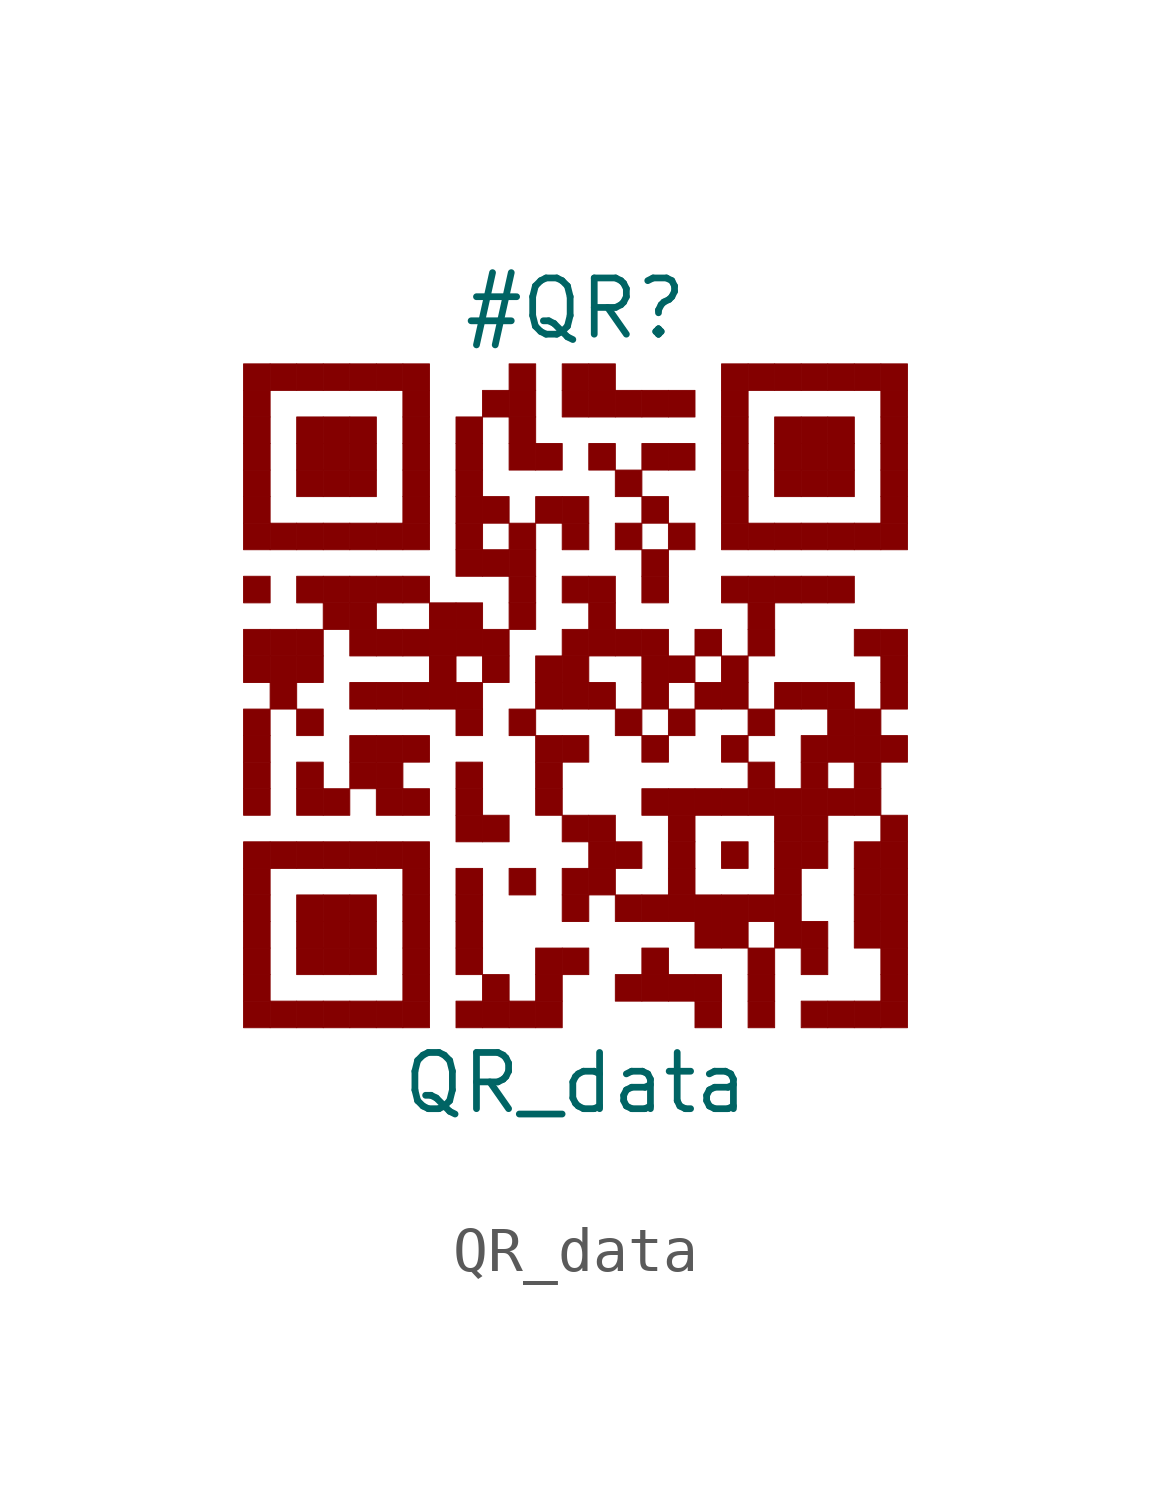
<source format=kicad_sym>
(kicad_symbol_lib
  (version 20211014)
  (generator kibot)
  (symbol "QR_data"
    (pin_numbers hide)
    (pin_names hide)
    (property "Reference" "#QR"
      (at 0 8.75 0)
      (effects (font (size 1.27 1.27))))
    (property "Value" "QR_data"
      (at 0 -8.75 0)
      (effects (font (size 1.27 1.27))))
    (rectangle
      (start -7.5 7.5)
      (end -6.9 6.9)
      (stroke (width 0.001) (type default))
      (fill (type outline)))
    (rectangle
      (start -6.9 7.5)
      (end -6.3 6.9)
      (stroke (width 0.001) (type default))
      (fill (type outline)))
    (rectangle
      (start -6.3 7.5)
      (end -5.7 6.9)
      (stroke (width 0.001) (type default))
      (fill (type outline)))
    (rectangle
      (start -5.7 7.5)
      (end -5.1 6.9)
      (stroke (width 0.001) (type default))
      (fill (type outline)))
    (rectangle
      (start -5.1 7.5)
      (end -4.5 6.9)
      (stroke (width 0.001) (type default))
      (fill (type outline)))
    (rectangle
      (start -4.5 7.5)
      (end -3.9 6.9)
      (stroke (width 0.001) (type default))
      (fill (type outline)))
    (rectangle
      (start -3.9 7.5)
      (end -3.3 6.9)
      (stroke (width 0.001) (type default))
      (fill (type outline)))
    (rectangle
      (start -1.5 7.5)
      (end -0.9 6.9)
      (stroke (width 0.001) (type default))
      (fill (type outline)))
    (rectangle
      (start -0.3 7.5)
      (end 0.3 6.9)
      (stroke (width 0.001) (type default))
      (fill (type outline)))
    (rectangle
      (start 0.3 7.5)
      (end 0.9 6.9)
      (stroke (width 0.001) (type default))
      (fill (type outline)))
    (rectangle
      (start 3.3 7.5)
      (end 3.9 6.9)
      (stroke (width 0.001) (type default))
      (fill (type outline)))
    (rectangle
      (start 3.9 7.5)
      (end 4.5 6.9)
      (stroke (width 0.001) (type default))
      (fill (type outline)))
    (rectangle
      (start 4.5 7.5)
      (end 5.1 6.9)
      (stroke (width 0.001) (type default))
      (fill (type outline)))
    (rectangle
      (start 5.1 7.5)
      (end 5.7 6.9)
      (stroke (width 0.001) (type default))
      (fill (type outline)))
    (rectangle
      (start 5.7 7.5)
      (end 6.3 6.9)
      (stroke (width 0.001) (type default))
      (fill (type outline)))
    (rectangle
      (start 6.3 7.5)
      (end 6.9 6.9)
      (stroke (width 0.001) (type default))
      (fill (type outline)))
    (rectangle
      (start 6.9 7.5)
      (end 7.5 6.9)
      (stroke (width 0.001) (type default))
      (fill (type outline)))
    (rectangle
      (start -7.5 6.9)
      (end -6.9 6.3)
      (stroke (width 0.001) (type default))
      (fill (type outline)))
    (rectangle
      (start -3.9 6.9)
      (end -3.3 6.3)
      (stroke (width 0.001) (type default))
      (fill (type outline)))
    (rectangle
      (start -2.1 6.9)
      (end -1.5 6.3)
      (stroke (width 0.001) (type default))
      (fill (type outline)))
    (rectangle
      (start -1.5 6.9)
      (end -0.9 6.3)
      (stroke (width 0.001) (type default))
      (fill (type outline)))
    (rectangle
      (start -0.3 6.9)
      (end 0.3 6.3)
      (stroke (width 0.001) (type default))
      (fill (type outline)))
    (rectangle
      (start 0.3 6.9)
      (end 0.9 6.3)
      (stroke (width 0.001) (type default))
      (fill (type outline)))
    (rectangle
      (start 0.9 6.9)
      (end 1.5 6.3)
      (stroke (width 0.001) (type default))
      (fill (type outline)))
    (rectangle
      (start 1.5 6.9)
      (end 2.1 6.3)
      (stroke (width 0.001) (type default))
      (fill (type outline)))
    (rectangle
      (start 2.1 6.9)
      (end 2.7 6.3)
      (stroke (width 0.001) (type default))
      (fill (type outline)))
    (rectangle
      (start 3.3 6.9)
      (end 3.9 6.3)
      (stroke (width 0.001) (type default))
      (fill (type outline)))
    (rectangle
      (start 6.9 6.9)
      (end 7.5 6.3)
      (stroke (width 0.001) (type default))
      (fill (type outline)))
    (rectangle
      (start -7.5 6.3)
      (end -6.9 5.7)
      (stroke (width 0.001) (type default))
      (fill (type outline)))
    (rectangle
      (start -6.3 6.3)
      (end -5.7 5.7)
      (stroke (width 0.001) (type default))
      (fill (type outline)))
    (rectangle
      (start -5.7 6.3)
      (end -5.1 5.7)
      (stroke (width 0.001) (type default))
      (fill (type outline)))
    (rectangle
      (start -5.1 6.3)
      (end -4.5 5.7)
      (stroke (width 0.001) (type default))
      (fill (type outline)))
    (rectangle
      (start -3.9 6.3)
      (end -3.3 5.7)
      (stroke (width 0.001) (type default))
      (fill (type outline)))
    (rectangle
      (start -2.7 6.3)
      (end -2.1 5.7)
      (stroke (width 0.001) (type default))
      (fill (type outline)))
    (rectangle
      (start -1.5 6.3)
      (end -0.9 5.7)
      (stroke (width 0.001) (type default))
      (fill (type outline)))
    (rectangle
      (start 3.3 6.3)
      (end 3.9 5.7)
      (stroke (width 0.001) (type default))
      (fill (type outline)))
    (rectangle
      (start 4.5 6.3)
      (end 5.1 5.7)
      (stroke (width 0.001) (type default))
      (fill (type outline)))
    (rectangle
      (start 5.1 6.3)
      (end 5.7 5.7)
      (stroke (width 0.001) (type default))
      (fill (type outline)))
    (rectangle
      (start 5.7 6.3)
      (end 6.3 5.7)
      (stroke (width 0.001) (type default))
      (fill (type outline)))
    (rectangle
      (start 6.9 6.3)
      (end 7.5 5.7)
      (stroke (width 0.001) (type default))
      (fill (type outline)))
    (rectangle
      (start -7.5 5.7)
      (end -6.9 5.1)
      (stroke (width 0.001) (type default))
      (fill (type outline)))
    (rectangle
      (start -6.3 5.7)
      (end -5.7 5.1)
      (stroke (width 0.001) (type default))
      (fill (type outline)))
    (rectangle
      (start -5.7 5.7)
      (end -5.1 5.1)
      (stroke (width 0.001) (type default))
      (fill (type outline)))
    (rectangle
      (start -5.1 5.7)
      (end -4.5 5.1)
      (stroke (width 0.001) (type default))
      (fill (type outline)))
    (rectangle
      (start -3.9 5.7)
      (end -3.3 5.1)
      (stroke (width 0.001) (type default))
      (fill (type outline)))
    (rectangle
      (start -2.7 5.7)
      (end -2.1 5.1)
      (stroke (width 0.001) (type default))
      (fill (type outline)))
    (rectangle
      (start -1.5 5.7)
      (end -0.9 5.1)
      (stroke (width 0.001) (type default))
      (fill (type outline)))
    (rectangle
      (start -0.9 5.7)
      (end -0.3 5.1)
      (stroke (width 0.001) (type default))
      (fill (type outline)))
    (rectangle
      (start 0.3 5.7)
      (end 0.9 5.1)
      (stroke (width 0.001) (type default))
      (fill (type outline)))
    (rectangle
      (start 1.5 5.7)
      (end 2.1 5.1)
      (stroke (width 0.001) (type default))
      (fill (type outline)))
    (rectangle
      (start 2.1 5.7)
      (end 2.7 5.1)
      (stroke (width 0.001) (type default))
      (fill (type outline)))
    (rectangle
      (start 3.3 5.7)
      (end 3.9 5.1)
      (stroke (width 0.001) (type default))
      (fill (type outline)))
    (rectangle
      (start 4.5 5.7)
      (end 5.1 5.1)
      (stroke (width 0.001) (type default))
      (fill (type outline)))
    (rectangle
      (start 5.1 5.7)
      (end 5.7 5.1)
      (stroke (width 0.001) (type default))
      (fill (type outline)))
    (rectangle
      (start 5.7 5.7)
      (end 6.3 5.1)
      (stroke (width 0.001) (type default))
      (fill (type outline)))
    (rectangle
      (start 6.9 5.7)
      (end 7.5 5.1)
      (stroke (width 0.001) (type default))
      (fill (type outline)))
    (rectangle
      (start -7.5 5.1)
      (end -6.9 4.5)
      (stroke (width 0.001) (type default))
      (fill (type outline)))
    (rectangle
      (start -6.3 5.1)
      (end -5.7 4.5)
      (stroke (width 0.001) (type default))
      (fill (type outline)))
    (rectangle
      (start -5.7 5.1)
      (end -5.1 4.5)
      (stroke (width 0.001) (type default))
      (fill (type outline)))
    (rectangle
      (start -5.1 5.1)
      (end -4.5 4.5)
      (stroke (width 0.001) (type default))
      (fill (type outline)))
    (rectangle
      (start -3.9 5.1)
      (end -3.3 4.5)
      (stroke (width 0.001) (type default))
      (fill (type outline)))
    (rectangle
      (start -2.7 5.1)
      (end -2.1 4.5)
      (stroke (width 0.001) (type default))
      (fill (type outline)))
    (rectangle
      (start 0.9 5.1)
      (end 1.5 4.5)
      (stroke (width 0.001) (type default))
      (fill (type outline)))
    (rectangle
      (start 3.3 5.1)
      (end 3.9 4.5)
      (stroke (width 0.001) (type default))
      (fill (type outline)))
    (rectangle
      (start 4.5 5.1)
      (end 5.1 4.5)
      (stroke (width 0.001) (type default))
      (fill (type outline)))
    (rectangle
      (start 5.1 5.1)
      (end 5.7 4.5)
      (stroke (width 0.001) (type default))
      (fill (type outline)))
    (rectangle
      (start 5.7 5.1)
      (end 6.3 4.5)
      (stroke (width 0.001) (type default))
      (fill (type outline)))
    (rectangle
      (start 6.9 5.1)
      (end 7.5 4.5)
      (stroke (width 0.001) (type default))
      (fill (type outline)))
    (rectangle
      (start -7.5 4.5)
      (end -6.9 3.9)
      (stroke (width 0.001) (type default))
      (fill (type outline)))
    (rectangle
      (start -3.9 4.5)
      (end -3.3 3.9)
      (stroke (width 0.001) (type default))
      (fill (type outline)))
    (rectangle
      (start -2.7 4.5)
      (end -2.1 3.9)
      (stroke (width 0.001) (type default))
      (fill (type outline)))
    (rectangle
      (start -2.1 4.5)
      (end -1.5 3.9)
      (stroke (width 0.001) (type default))
      (fill (type outline)))
    (rectangle
      (start -0.9 4.5)
      (end -0.3 3.9)
      (stroke (width 0.001) (type default))
      (fill (type outline)))
    (rectangle
      (start -0.3 4.5)
      (end 0.3 3.9)
      (stroke (width 0.001) (type default))
      (fill (type outline)))
    (rectangle
      (start 1.5 4.5)
      (end 2.1 3.9)
      (stroke (width 0.001) (type default))
      (fill (type outline)))
    (rectangle
      (start 3.3 4.5)
      (end 3.9 3.9)
      (stroke (width 0.001) (type default))
      (fill (type outline)))
    (rectangle
      (start 6.9 4.5)
      (end 7.5 3.9)
      (stroke (width 0.001) (type default))
      (fill (type outline)))
    (rectangle
      (start -7.5 3.9)
      (end -6.9 3.3)
      (stroke (width 0.001) (type default))
      (fill (type outline)))
    (rectangle
      (start -6.9 3.9)
      (end -6.3 3.3)
      (stroke (width 0.001) (type default))
      (fill (type outline)))
    (rectangle
      (start -6.3 3.9)
      (end -5.7 3.3)
      (stroke (width 0.001) (type default))
      (fill (type outline)))
    (rectangle
      (start -5.7 3.9)
      (end -5.1 3.3)
      (stroke (width 0.001) (type default))
      (fill (type outline)))
    (rectangle
      (start -5.1 3.9)
      (end -4.5 3.3)
      (stroke (width 0.001) (type default))
      (fill (type outline)))
    (rectangle
      (start -4.5 3.9)
      (end -3.9 3.3)
      (stroke (width 0.001) (type default))
      (fill (type outline)))
    (rectangle
      (start -3.9 3.9)
      (end -3.3 3.3)
      (stroke (width 0.001) (type default))
      (fill (type outline)))
    (rectangle
      (start -2.7 3.9)
      (end -2.1 3.3)
      (stroke (width 0.001) (type default))
      (fill (type outline)))
    (rectangle
      (start -1.5 3.9)
      (end -0.9 3.3)
      (stroke (width 0.001) (type default))
      (fill (type outline)))
    (rectangle
      (start -0.3 3.9)
      (end 0.3 3.3)
      (stroke (width 0.001) (type default))
      (fill (type outline)))
    (rectangle
      (start 0.9 3.9)
      (end 1.5 3.3)
      (stroke (width 0.001) (type default))
      (fill (type outline)))
    (rectangle
      (start 2.1 3.9)
      (end 2.7 3.3)
      (stroke (width 0.001) (type default))
      (fill (type outline)))
    (rectangle
      (start 3.3 3.9)
      (end 3.9 3.3)
      (stroke (width 0.001) (type default))
      (fill (type outline)))
    (rectangle
      (start 3.9 3.9)
      (end 4.5 3.3)
      (stroke (width 0.001) (type default))
      (fill (type outline)))
    (rectangle
      (start 4.5 3.9)
      (end 5.1 3.3)
      (stroke (width 0.001) (type default))
      (fill (type outline)))
    (rectangle
      (start 5.1 3.9)
      (end 5.7 3.3)
      (stroke (width 0.001) (type default))
      (fill (type outline)))
    (rectangle
      (start 5.7 3.9)
      (end 6.3 3.3)
      (stroke (width 0.001) (type default))
      (fill (type outline)))
    (rectangle
      (start 6.3 3.9)
      (end 6.9 3.3)
      (stroke (width 0.001) (type default))
      (fill (type outline)))
    (rectangle
      (start 6.9 3.9)
      (end 7.5 3.3)
      (stroke (width 0.001) (type default))
      (fill (type outline)))
    (rectangle
      (start -2.7 3.3)
      (end -2.1 2.7)
      (stroke (width 0.001) (type default))
      (fill (type outline)))
    (rectangle
      (start -2.1 3.3)
      (end -1.5 2.7)
      (stroke (width 0.001) (type default))
      (fill (type outline)))
    (rectangle
      (start -1.5 3.3)
      (end -0.9 2.7)
      (stroke (width 0.001) (type default))
      (fill (type outline)))
    (rectangle
      (start 1.5 3.3)
      (end 2.1 2.7)
      (stroke (width 0.001) (type default))
      (fill (type outline)))
    (rectangle
      (start -7.5 2.7)
      (end -6.9 2.1)
      (stroke (width 0.001) (type default))
      (fill (type outline)))
    (rectangle
      (start -6.3 2.7)
      (end -5.7 2.1)
      (stroke (width 0.001) (type default))
      (fill (type outline)))
    (rectangle
      (start -5.7 2.7)
      (end -5.1 2.1)
      (stroke (width 0.001) (type default))
      (fill (type outline)))
    (rectangle
      (start -5.1 2.7)
      (end -4.5 2.1)
      (stroke (width 0.001) (type default))
      (fill (type outline)))
    (rectangle
      (start -4.5 2.7)
      (end -3.9 2.1)
      (stroke (width 0.001) (type default))
      (fill (type outline)))
    (rectangle
      (start -3.9 2.7)
      (end -3.3 2.1)
      (stroke (width 0.001) (type default))
      (fill (type outline)))
    (rectangle
      (start -1.5 2.7)
      (end -0.9 2.1)
      (stroke (width 0.001) (type default))
      (fill (type outline)))
    (rectangle
      (start -0.3 2.7)
      (end 0.3 2.1)
      (stroke (width 0.001) (type default))
      (fill (type outline)))
    (rectangle
      (start 0.3 2.7)
      (end 0.9 2.1)
      (stroke (width 0.001) (type default))
      (fill (type outline)))
    (rectangle
      (start 1.5 2.7)
      (end 2.1 2.1)
      (stroke (width 0.001) (type default))
      (fill (type outline)))
    (rectangle
      (start 3.3 2.7)
      (end 3.9 2.1)
      (stroke (width 0.001) (type default))
      (fill (type outline)))
    (rectangle
      (start 3.9 2.7)
      (end 4.5 2.1)
      (stroke (width 0.001) (type default))
      (fill (type outline)))
    (rectangle
      (start 4.5 2.7)
      (end 5.1 2.1)
      (stroke (width 0.001) (type default))
      (fill (type outline)))
    (rectangle
      (start 5.1 2.7)
      (end 5.7 2.1)
      (stroke (width 0.001) (type default))
      (fill (type outline)))
    (rectangle
      (start 5.7 2.7)
      (end 6.3 2.1)
      (stroke (width 0.001) (type default))
      (fill (type outline)))
    (rectangle
      (start -5.7 2.1)
      (end -5.1 1.5)
      (stroke (width 0.001) (type default))
      (fill (type outline)))
    (rectangle
      (start -5.1 2.1)
      (end -4.5 1.5)
      (stroke (width 0.001) (type default))
      (fill (type outline)))
    (rectangle
      (start -3.3 2.1)
      (end -2.7 1.5)
      (stroke (width 0.001) (type default))
      (fill (type outline)))
    (rectangle
      (start -2.7 2.1)
      (end -2.1 1.5)
      (stroke (width 0.001) (type default))
      (fill (type outline)))
    (rectangle
      (start -1.5 2.1)
      (end -0.9 1.5)
      (stroke (width 0.001) (type default))
      (fill (type outline)))
    (rectangle
      (start 0.3 2.1)
      (end 0.9 1.5)
      (stroke (width 0.001) (type default))
      (fill (type outline)))
    (rectangle
      (start 3.9 2.1)
      (end 4.5 1.5)
      (stroke (width 0.001) (type default))
      (fill (type outline)))
    (rectangle
      (start -7.5 1.5)
      (end -6.9 0.9)
      (stroke (width 0.001) (type default))
      (fill (type outline)))
    (rectangle
      (start -6.9 1.5)
      (end -6.3 0.9)
      (stroke (width 0.001) (type default))
      (fill (type outline)))
    (rectangle
      (start -6.3 1.5)
      (end -5.7 0.9)
      (stroke (width 0.001) (type default))
      (fill (type outline)))
    (rectangle
      (start -5.1 1.5)
      (end -4.5 0.9)
      (stroke (width 0.001) (type default))
      (fill (type outline)))
    (rectangle
      (start -4.5 1.5)
      (end -3.9 0.9)
      (stroke (width 0.001) (type default))
      (fill (type outline)))
    (rectangle
      (start -3.9 1.5)
      (end -3.3 0.9)
      (stroke (width 0.001) (type default))
      (fill (type outline)))
    (rectangle
      (start -3.3 1.5)
      (end -2.7 0.9)
      (stroke (width 0.001) (type default))
      (fill (type outline)))
    (rectangle
      (start -2.7 1.5)
      (end -2.1 0.9)
      (stroke (width 0.001) (type default))
      (fill (type outline)))
    (rectangle
      (start -2.1 1.5)
      (end -1.5 0.9)
      (stroke (width 0.001) (type default))
      (fill (type outline)))
    (rectangle
      (start -0.3 1.5)
      (end 0.3 0.9)
      (stroke (width 0.001) (type default))
      (fill (type outline)))
    (rectangle
      (start 0.3 1.5)
      (end 0.9 0.9)
      (stroke (width 0.001) (type default))
      (fill (type outline)))
    (rectangle
      (start 0.9 1.5)
      (end 1.5 0.9)
      (stroke (width 0.001) (type default))
      (fill (type outline)))
    (rectangle
      (start 1.5 1.5)
      (end 2.1 0.9)
      (stroke (width 0.001) (type default))
      (fill (type outline)))
    (rectangle
      (start 2.7 1.5)
      (end 3.3 0.9)
      (stroke (width 0.001) (type default))
      (fill (type outline)))
    (rectangle
      (start 3.9 1.5)
      (end 4.5 0.9)
      (stroke (width 0.001) (type default))
      (fill (type outline)))
    (rectangle
      (start 6.3 1.5)
      (end 6.9 0.9)
      (stroke (width 0.001) (type default))
      (fill (type outline)))
    (rectangle
      (start 6.9 1.5)
      (end 7.5 0.9)
      (stroke (width 0.001) (type default))
      (fill (type outline)))
    (rectangle
      (start -7.5 0.9)
      (end -6.9 0.3)
      (stroke (width 0.001) (type default))
      (fill (type outline)))
    (rectangle
      (start -6.9 0.9)
      (end -6.3 0.3)
      (stroke (width 0.001) (type default))
      (fill (type outline)))
    (rectangle
      (start -6.3 0.9)
      (end -5.7 0.3)
      (stroke (width 0.001) (type default))
      (fill (type outline)))
    (rectangle
      (start -3.3 0.9)
      (end -2.7 0.3)
      (stroke (width 0.001) (type default))
      (fill (type outline)))
    (rectangle
      (start -2.1 0.9)
      (end -1.5 0.3)
      (stroke (width 0.001) (type default))
      (fill (type outline)))
    (rectangle
      (start -0.9 0.9)
      (end -0.3 0.3)
      (stroke (width 0.001) (type default))
      (fill (type outline)))
    (rectangle
      (start -0.3 0.9)
      (end 0.3 0.3)
      (stroke (width 0.001) (type default))
      (fill (type outline)))
    (rectangle
      (start 1.5 0.9)
      (end 2.1 0.3)
      (stroke (width 0.001) (type default))
      (fill (type outline)))
    (rectangle
      (start 2.1 0.9)
      (end 2.7 0.3)
      (stroke (width 0.001) (type default))
      (fill (type outline)))
    (rectangle
      (start 3.3 0.9)
      (end 3.9 0.3)
      (stroke (width 0.001) (type default))
      (fill (type outline)))
    (rectangle
      (start 6.9 0.9)
      (end 7.5 0.3)
      (stroke (width 0.001) (type default))
      (fill (type outline)))
    (rectangle
      (start -6.9 0.3)
      (end -6.3 -0.3)
      (stroke (width 0.001) (type default))
      (fill (type outline)))
    (rectangle
      (start -5.1 0.3)
      (end -4.5 -0.3)
      (stroke (width 0.001) (type default))
      (fill (type outline)))
    (rectangle
      (start -4.5 0.3)
      (end -3.9 -0.3)
      (stroke (width 0.001) (type default))
      (fill (type outline)))
    (rectangle
      (start -3.9 0.3)
      (end -3.3 -0.3)
      (stroke (width 0.001) (type default))
      (fill (type outline)))
    (rectangle
      (start -3.3 0.3)
      (end -2.7 -0.3)
      (stroke (width 0.001) (type default))
      (fill (type outline)))
    (rectangle
      (start -2.7 0.3)
      (end -2.1 -0.3)
      (stroke (width 0.001) (type default))
      (fill (type outline)))
    (rectangle
      (start -0.9 0.3)
      (end -0.3 -0.3)
      (stroke (width 0.001) (type default))
      (fill (type outline)))
    (rectangle
      (start -0.3 0.3)
      (end 0.3 -0.3)
      (stroke (width 0.001) (type default))
      (fill (type outline)))
    (rectangle
      (start 0.3 0.3)
      (end 0.9 -0.3)
      (stroke (width 0.001) (type default))
      (fill (type outline)))
    (rectangle
      (start 1.5 0.3)
      (end 2.1 -0.3)
      (stroke (width 0.001) (type default))
      (fill (type outline)))
    (rectangle
      (start 2.7 0.3)
      (end 3.3 -0.3)
      (stroke (width 0.001) (type default))
      (fill (type outline)))
    (rectangle
      (start 3.3 0.3)
      (end 3.9 -0.3)
      (stroke (width 0.001) (type default))
      (fill (type outline)))
    (rectangle
      (start 4.5 0.3)
      (end 5.1 -0.3)
      (stroke (width 0.001) (type default))
      (fill (type outline)))
    (rectangle
      (start 5.1 0.3)
      (end 5.7 -0.3)
      (stroke (width 0.001) (type default))
      (fill (type outline)))
    (rectangle
      (start 5.7 0.3)
      (end 6.3 -0.3)
      (stroke (width 0.001) (type default))
      (fill (type outline)))
    (rectangle
      (start 6.9 0.3)
      (end 7.5 -0.3)
      (stroke (width 0.001) (type default))
      (fill (type outline)))
    (rectangle
      (start -7.5 -0.3)
      (end -6.9 -0.9)
      (stroke (width 0.001) (type default))
      (fill (type outline)))
    (rectangle
      (start -6.3 -0.3)
      (end -5.7 -0.9)
      (stroke (width 0.001) (type default))
      (fill (type outline)))
    (rectangle
      (start -2.7 -0.3)
      (end -2.1 -0.9)
      (stroke (width 0.001) (type default))
      (fill (type outline)))
    (rectangle
      (start -1.5 -0.3)
      (end -0.9 -0.9)
      (stroke (width 0.001) (type default))
      (fill (type outline)))
    (rectangle
      (start 0.9 -0.3)
      (end 1.5 -0.9)
      (stroke (width 0.001) (type default))
      (fill (type outline)))
    (rectangle
      (start 2.1 -0.3)
      (end 2.7 -0.9)
      (stroke (width 0.001) (type default))
      (fill (type outline)))
    (rectangle
      (start 3.9 -0.3)
      (end 4.5 -0.9)
      (stroke (width 0.001) (type default))
      (fill (type outline)))
    (rectangle
      (start 5.7 -0.3)
      (end 6.3 -0.9)
      (stroke (width 0.001) (type default))
      (fill (type outline)))
    (rectangle
      (start 6.3 -0.3)
      (end 6.9 -0.9)
      (stroke (width 0.001) (type default))
      (fill (type outline)))
    (rectangle
      (start -7.5 -0.9)
      (end -6.9 -1.5)
      (stroke (width 0.001) (type default))
      (fill (type outline)))
    (rectangle
      (start -5.1 -0.9)
      (end -4.5 -1.5)
      (stroke (width 0.001) (type default))
      (fill (type outline)))
    (rectangle
      (start -4.5 -0.9)
      (end -3.9 -1.5)
      (stroke (width 0.001) (type default))
      (fill (type outline)))
    (rectangle
      (start -3.9 -0.9)
      (end -3.3 -1.5)
      (stroke (width 0.001) (type default))
      (fill (type outline)))
    (rectangle
      (start -0.9 -0.9)
      (end -0.3 -1.5)
      (stroke (width 0.001) (type default))
      (fill (type outline)))
    (rectangle
      (start -0.3 -0.9)
      (end 0.3 -1.5)
      (stroke (width 0.001) (type default))
      (fill (type outline)))
    (rectangle
      (start 1.5 -0.9)
      (end 2.1 -1.5)
      (stroke (width 0.001) (type default))
      (fill (type outline)))
    (rectangle
      (start 3.3 -0.9)
      (end 3.9 -1.5)
      (stroke (width 0.001) (type default))
      (fill (type outline)))
    (rectangle
      (start 5.1 -0.9)
      (end 5.7 -1.5)
      (stroke (width 0.001) (type default))
      (fill (type outline)))
    (rectangle
      (start 5.7 -0.9)
      (end 6.3 -1.5)
      (stroke (width 0.001) (type default))
      (fill (type outline)))
    (rectangle
      (start 6.3 -0.9)
      (end 6.9 -1.5)
      (stroke (width 0.001) (type default))
      (fill (type outline)))
    (rectangle
      (start 6.9 -0.9)
      (end 7.5 -1.5)
      (stroke (width 0.001) (type default))
      (fill (type outline)))
    (rectangle
      (start -7.5 -1.5)
      (end -6.9 -2.1)
      (stroke (width 0.001) (type default))
      (fill (type outline)))
    (rectangle
      (start -6.3 -1.5)
      (end -5.7 -2.1)
      (stroke (width 0.001) (type default))
      (fill (type outline)))
    (rectangle
      (start -5.1 -1.5)
      (end -4.5 -2.1)
      (stroke (width 0.001) (type default))
      (fill (type outline)))
    (rectangle
      (start -4.5 -1.5)
      (end -3.9 -2.1)
      (stroke (width 0.001) (type default))
      (fill (type outline)))
    (rectangle
      (start -2.7 -1.5)
      (end -2.1 -2.1)
      (stroke (width 0.001) (type default))
      (fill (type outline)))
    (rectangle
      (start -0.9 -1.5)
      (end -0.3 -2.1)
      (stroke (width 0.001) (type default))
      (fill (type outline)))
    (rectangle
      (start 3.9 -1.5)
      (end 4.5 -2.1)
      (stroke (width 0.001) (type default))
      (fill (type outline)))
    (rectangle
      (start 5.1 -1.5)
      (end 5.7 -2.1)
      (stroke (width 0.001) (type default))
      (fill (type outline)))
    (rectangle
      (start 6.3 -1.5)
      (end 6.9 -2.1)
      (stroke (width 0.001) (type default))
      (fill (type outline)))
    (rectangle
      (start -7.5 -2.1)
      (end -6.9 -2.7)
      (stroke (width 0.001) (type default))
      (fill (type outline)))
    (rectangle
      (start -6.3 -2.1)
      (end -5.7 -2.7)
      (stroke (width 0.001) (type default))
      (fill (type outline)))
    (rectangle
      (start -5.7 -2.1)
      (end -5.1 -2.7)
      (stroke (width 0.001) (type default))
      (fill (type outline)))
    (rectangle
      (start -4.5 -2.1)
      (end -3.9 -2.7)
      (stroke (width 0.001) (type default))
      (fill (type outline)))
    (rectangle
      (start -3.9 -2.1)
      (end -3.3 -2.7)
      (stroke (width 0.001) (type default))
      (fill (type outline)))
    (rectangle
      (start -2.7 -2.1)
      (end -2.1 -2.7)
      (stroke (width 0.001) (type default))
      (fill (type outline)))
    (rectangle
      (start -0.9 -2.1)
      (end -0.3 -2.7)
      (stroke (width 0.001) (type default))
      (fill (type outline)))
    (rectangle
      (start 1.5 -2.1)
      (end 2.1 -2.7)
      (stroke (width 0.001) (type default))
      (fill (type outline)))
    (rectangle
      (start 2.1 -2.1)
      (end 2.7 -2.7)
      (stroke (width 0.001) (type default))
      (fill (type outline)))
    (rectangle
      (start 2.7 -2.1)
      (end 3.3 -2.7)
      (stroke (width 0.001) (type default))
      (fill (type outline)))
    (rectangle
      (start 3.3 -2.1)
      (end 3.9 -2.7)
      (stroke (width 0.001) (type default))
      (fill (type outline)))
    (rectangle
      (start 3.9 -2.1)
      (end 4.5 -2.7)
      (stroke (width 0.001) (type default))
      (fill (type outline)))
    (rectangle
      (start 4.5 -2.1)
      (end 5.1 -2.7)
      (stroke (width 0.001) (type default))
      (fill (type outline)))
    (rectangle
      (start 5.1 -2.1)
      (end 5.7 -2.7)
      (stroke (width 0.001) (type default))
      (fill (type outline)))
    (rectangle
      (start 5.7 -2.1)
      (end 6.3 -2.7)
      (stroke (width 0.001) (type default))
      (fill (type outline)))
    (rectangle
      (start 6.3 -2.1)
      (end 6.9 -2.7)
      (stroke (width 0.001) (type default))
      (fill (type outline)))
    (rectangle
      (start -2.7 -2.7)
      (end -2.1 -3.3)
      (stroke (width 0.001) (type default))
      (fill (type outline)))
    (rectangle
      (start -2.1 -2.7)
      (end -1.5 -3.3)
      (stroke (width 0.001) (type default))
      (fill (type outline)))
    (rectangle
      (start -0.3 -2.7)
      (end 0.3 -3.3)
      (stroke (width 0.001) (type default))
      (fill (type outline)))
    (rectangle
      (start 0.3 -2.7)
      (end 0.9 -3.3)
      (stroke (width 0.001) (type default))
      (fill (type outline)))
    (rectangle
      (start 2.1 -2.7)
      (end 2.7 -3.3)
      (stroke (width 0.001) (type default))
      (fill (type outline)))
    (rectangle
      (start 4.5 -2.7)
      (end 5.1 -3.3)
      (stroke (width 0.001) (type default))
      (fill (type outline)))
    (rectangle
      (start 5.1 -2.7)
      (end 5.7 -3.3)
      (stroke (width 0.001) (type default))
      (fill (type outline)))
    (rectangle
      (start 6.9 -2.7)
      (end 7.5 -3.3)
      (stroke (width 0.001) (type default))
      (fill (type outline)))
    (rectangle
      (start -7.5 -3.3)
      (end -6.9 -3.9)
      (stroke (width 0.001) (type default))
      (fill (type outline)))
    (rectangle
      (start -6.9 -3.3)
      (end -6.3 -3.9)
      (stroke (width 0.001) (type default))
      (fill (type outline)))
    (rectangle
      (start -6.3 -3.3)
      (end -5.7 -3.9)
      (stroke (width 0.001) (type default))
      (fill (type outline)))
    (rectangle
      (start -5.7 -3.3)
      (end -5.1 -3.9)
      (stroke (width 0.001) (type default))
      (fill (type outline)))
    (rectangle
      (start -5.1 -3.3)
      (end -4.5 -3.9)
      (stroke (width 0.001) (type default))
      (fill (type outline)))
    (rectangle
      (start -4.5 -3.3)
      (end -3.9 -3.9)
      (stroke (width 0.001) (type default))
      (fill (type outline)))
    (rectangle
      (start -3.9 -3.3)
      (end -3.3 -3.9)
      (stroke (width 0.001) (type default))
      (fill (type outline)))
    (rectangle
      (start 0.3 -3.3)
      (end 0.9 -3.9)
      (stroke (width 0.001) (type default))
      (fill (type outline)))
    (rectangle
      (start 0.9 -3.3)
      (end 1.5 -3.9)
      (stroke (width 0.001) (type default))
      (fill (type outline)))
    (rectangle
      (start 2.1 -3.3)
      (end 2.7 -3.9)
      (stroke (width 0.001) (type default))
      (fill (type outline)))
    (rectangle
      (start 3.3 -3.3)
      (end 3.9 -3.9)
      (stroke (width 0.001) (type default))
      (fill (type outline)))
    (rectangle
      (start 4.5 -3.3)
      (end 5.1 -3.9)
      (stroke (width 0.001) (type default))
      (fill (type outline)))
    (rectangle
      (start 5.1 -3.3)
      (end 5.7 -3.9)
      (stroke (width 0.001) (type default))
      (fill (type outline)))
    (rectangle
      (start 6.3 -3.3)
      (end 6.9 -3.9)
      (stroke (width 0.001) (type default))
      (fill (type outline)))
    (rectangle
      (start 6.9 -3.3)
      (end 7.5 -3.9)
      (stroke (width 0.001) (type default))
      (fill (type outline)))
    (rectangle
      (start -7.5 -3.9)
      (end -6.9 -4.5)
      (stroke (width 0.001) (type default))
      (fill (type outline)))
    (rectangle
      (start -3.9 -3.9)
      (end -3.3 -4.5)
      (stroke (width 0.001) (type default))
      (fill (type outline)))
    (rectangle
      (start -2.7 -3.9)
      (end -2.1 -4.5)
      (stroke (width 0.001) (type default))
      (fill (type outline)))
    (rectangle
      (start -1.5 -3.9)
      (end -0.9 -4.5)
      (stroke (width 0.001) (type default))
      (fill (type outline)))
    (rectangle
      (start -0.3 -3.9)
      (end 0.3 -4.5)
      (stroke (width 0.001) (type default))
      (fill (type outline)))
    (rectangle
      (start 0.3 -3.9)
      (end 0.9 -4.5)
      (stroke (width 0.001) (type default))
      (fill (type outline)))
    (rectangle
      (start 2.1 -3.9)
      (end 2.7 -4.5)
      (stroke (width 0.001) (type default))
      (fill (type outline)))
    (rectangle
      (start 4.5 -3.9)
      (end 5.1 -4.5)
      (stroke (width 0.001) (type default))
      (fill (type outline)))
    (rectangle
      (start 6.3 -3.9)
      (end 6.9 -4.5)
      (stroke (width 0.001) (type default))
      (fill (type outline)))
    (rectangle
      (start 6.9 -3.9)
      (end 7.5 -4.5)
      (stroke (width 0.001) (type default))
      (fill (type outline)))
    (rectangle
      (start -7.5 -4.5)
      (end -6.9 -5.1)
      (stroke (width 0.001) (type default))
      (fill (type outline)))
    (rectangle
      (start -6.3 -4.5)
      (end -5.7 -5.1)
      (stroke (width 0.001) (type default))
      (fill (type outline)))
    (rectangle
      (start -5.7 -4.5)
      (end -5.1 -5.1)
      (stroke (width 0.001) (type default))
      (fill (type outline)))
    (rectangle
      (start -5.1 -4.5)
      (end -4.5 -5.1)
      (stroke (width 0.001) (type default))
      (fill (type outline)))
    (rectangle
      (start -3.9 -4.5)
      (end -3.3 -5.1)
      (stroke (width 0.001) (type default))
      (fill (type outline)))
    (rectangle
      (start -2.7 -4.5)
      (end -2.1 -5.1)
      (stroke (width 0.001) (type default))
      (fill (type outline)))
    (rectangle
      (start -0.3 -4.5)
      (end 0.3 -5.1)
      (stroke (width 0.001) (type default))
      (fill (type outline)))
    (rectangle
      (start 0.9 -4.5)
      (end 1.5 -5.1)
      (stroke (width 0.001) (type default))
      (fill (type outline)))
    (rectangle
      (start 1.5 -4.5)
      (end 2.1 -5.1)
      (stroke (width 0.001) (type default))
      (fill (type outline)))
    (rectangle
      (start 2.1 -4.5)
      (end 2.7 -5.1)
      (stroke (width 0.001) (type default))
      (fill (type outline)))
    (rectangle
      (start 2.7 -4.5)
      (end 3.3 -5.1)
      (stroke (width 0.001) (type default))
      (fill (type outline)))
    (rectangle
      (start 3.3 -4.5)
      (end 3.9 -5.1)
      (stroke (width 0.001) (type default))
      (fill (type outline)))
    (rectangle
      (start 3.9 -4.5)
      (end 4.5 -5.1)
      (stroke (width 0.001) (type default))
      (fill (type outline)))
    (rectangle
      (start 4.5 -4.5)
      (end 5.1 -5.1)
      (stroke (width 0.001) (type default))
      (fill (type outline)))
    (rectangle
      (start 6.3 -4.5)
      (end 6.9 -5.1)
      (stroke (width 0.001) (type default))
      (fill (type outline)))
    (rectangle
      (start 6.9 -4.5)
      (end 7.5 -5.1)
      (stroke (width 0.001) (type default))
      (fill (type outline)))
    (rectangle
      (start -7.5 -5.1)
      (end -6.9 -5.7)
      (stroke (width 0.001) (type default))
      (fill (type outline)))
    (rectangle
      (start -6.3 -5.1)
      (end -5.7 -5.7)
      (stroke (width 0.001) (type default))
      (fill (type outline)))
    (rectangle
      (start -5.7 -5.1)
      (end -5.1 -5.7)
      (stroke (width 0.001) (type default))
      (fill (type outline)))
    (rectangle
      (start -5.1 -5.1)
      (end -4.5 -5.7)
      (stroke (width 0.001) (type default))
      (fill (type outline)))
    (rectangle
      (start -3.9 -5.1)
      (end -3.3 -5.7)
      (stroke (width 0.001) (type default))
      (fill (type outline)))
    (rectangle
      (start -2.7 -5.1)
      (end -2.1 -5.7)
      (stroke (width 0.001) (type default))
      (fill (type outline)))
    (rectangle
      (start 2.7 -5.1)
      (end 3.3 -5.7)
      (stroke (width 0.001) (type default))
      (fill (type outline)))
    (rectangle
      (start 3.3 -5.1)
      (end 3.9 -5.7)
      (stroke (width 0.001) (type default))
      (fill (type outline)))
    (rectangle
      (start 4.5 -5.1)
      (end 5.1 -5.7)
      (stroke (width 0.001) (type default))
      (fill (type outline)))
    (rectangle
      (start 5.1 -5.1)
      (end 5.7 -5.7)
      (stroke (width 0.001) (type default))
      (fill (type outline)))
    (rectangle
      (start 6.3 -5.1)
      (end 6.9 -5.7)
      (stroke (width 0.001) (type default))
      (fill (type outline)))
    (rectangle
      (start 6.9 -5.1)
      (end 7.5 -5.7)
      (stroke (width 0.001) (type default))
      (fill (type outline)))
    (rectangle
      (start -7.5 -5.7)
      (end -6.9 -6.3)
      (stroke (width 0.001) (type default))
      (fill (type outline)))
    (rectangle
      (start -6.3 -5.7)
      (end -5.7 -6.3)
      (stroke (width 0.001) (type default))
      (fill (type outline)))
    (rectangle
      (start -5.7 -5.7)
      (end -5.1 -6.3)
      (stroke (width 0.001) (type default))
      (fill (type outline)))
    (rectangle
      (start -5.1 -5.7)
      (end -4.5 -6.3)
      (stroke (width 0.001) (type default))
      (fill (type outline)))
    (rectangle
      (start -3.9 -5.7)
      (end -3.3 -6.3)
      (stroke (width 0.001) (type default))
      (fill (type outline)))
    (rectangle
      (start -2.7 -5.7)
      (end -2.1 -6.3)
      (stroke (width 0.001) (type default))
      (fill (type outline)))
    (rectangle
      (start -0.9 -5.7)
      (end -0.3 -6.3)
      (stroke (width 0.001) (type default))
      (fill (type outline)))
    (rectangle
      (start -0.3 -5.7)
      (end 0.3 -6.3)
      (stroke (width 0.001) (type default))
      (fill (type outline)))
    (rectangle
      (start 1.5 -5.7)
      (end 2.1 -6.3)
      (stroke (width 0.001) (type default))
      (fill (type outline)))
    (rectangle
      (start 3.9 -5.7)
      (end 4.5 -6.3)
      (stroke (width 0.001) (type default))
      (fill (type outline)))
    (rectangle
      (start 5.1 -5.7)
      (end 5.7 -6.3)
      (stroke (width 0.001) (type default))
      (fill (type outline)))
    (rectangle
      (start 6.9 -5.7)
      (end 7.5 -6.3)
      (stroke (width 0.001) (type default))
      (fill (type outline)))
    (rectangle
      (start -7.5 -6.3)
      (end -6.9 -6.9)
      (stroke (width 0.001) (type default))
      (fill (type outline)))
    (rectangle
      (start -3.9 -6.3)
      (end -3.3 -6.9)
      (stroke (width 0.001) (type default))
      (fill (type outline)))
    (rectangle
      (start -2.1 -6.3)
      (end -1.5 -6.9)
      (stroke (width 0.001) (type default))
      (fill (type outline)))
    (rectangle
      (start -0.9 -6.3)
      (end -0.3 -6.9)
      (stroke (width 0.001) (type default))
      (fill (type outline)))
    (rectangle
      (start 0.9 -6.3)
      (end 1.5 -6.9)
      (stroke (width 0.001) (type default))
      (fill (type outline)))
    (rectangle
      (start 1.5 -6.3)
      (end 2.1 -6.9)
      (stroke (width 0.001) (type default))
      (fill (type outline)))
    (rectangle
      (start 2.1 -6.3)
      (end 2.7 -6.9)
      (stroke (width 0.001) (type default))
      (fill (type outline)))
    (rectangle
      (start 2.7 -6.3)
      (end 3.3 -6.9)
      (stroke (width 0.001) (type default))
      (fill (type outline)))
    (rectangle
      (start 3.9 -6.3)
      (end 4.5 -6.9)
      (stroke (width 0.001) (type default))
      (fill (type outline)))
    (rectangle
      (start 6.9 -6.3)
      (end 7.5 -6.9)
      (stroke (width 0.001) (type default))
      (fill (type outline)))
    (rectangle
      (start -7.5 -6.9)
      (end -6.9 -7.5)
      (stroke (width 0.001) (type default))
      (fill (type outline)))
    (rectangle
      (start -6.9 -6.9)
      (end -6.3 -7.5)
      (stroke (width 0.001) (type default))
      (fill (type outline)))
    (rectangle
      (start -6.3 -6.9)
      (end -5.7 -7.5)
      (stroke (width 0.001) (type default))
      (fill (type outline)))
    (rectangle
      (start -5.7 -6.9)
      (end -5.1 -7.5)
      (stroke (width 0.001) (type default))
      (fill (type outline)))
    (rectangle
      (start -5.1 -6.9)
      (end -4.5 -7.5)
      (stroke (width 0.001) (type default))
      (fill (type outline)))
    (rectangle
      (start -4.5 -6.9)
      (end -3.9 -7.5)
      (stroke (width 0.001) (type default))
      (fill (type outline)))
    (rectangle
      (start -3.9 -6.9)
      (end -3.3 -7.5)
      (stroke (width 0.001) (type default))
      (fill (type outline)))
    (rectangle
      (start -2.7 -6.9)
      (end -2.1 -7.5)
      (stroke (width 0.001) (type default))
      (fill (type outline)))
    (rectangle
      (start -2.1 -6.9)
      (end -1.5 -7.5)
      (stroke (width 0.001) (type default))
      (fill (type outline)))
    (rectangle
      (start -1.5 -6.9)
      (end -0.9 -7.5)
      (stroke (width 0.001) (type default))
      (fill (type outline)))
    (rectangle
      (start -0.9 -6.9)
      (end -0.3 -7.5)
      (stroke (width 0.001) (type default))
      (fill (type outline)))
    (rectangle
      (start 2.7 -6.9)
      (end 3.3 -7.5)
      (stroke (width 0.001) (type default))
      (fill (type outline)))
    (rectangle
      (start 3.9 -6.9)
      (end 4.5 -7.5)
      (stroke (width 0.001) (type default))
      (fill (type outline)))
    (rectangle
      (start 5.1 -6.9)
      (end 5.7 -7.5)
      (stroke (width 0.001) (type default))
      (fill (type outline)))
    (rectangle
      (start 5.7 -6.9)
      (end 6.3 -7.5)
      (stroke (width 0.001) (type default))
      (fill (type outline)))
    (rectangle
      (start 6.3 -6.9)
      (end 6.9 -7.5)
      (stroke (width 0.001) (type default))
      (fill (type outline)))
    (rectangle
      (start 6.9 -6.9)
      (end 7.5 -7.5)
      (stroke (width 0.001) (type default))
      (fill (type outline)))))
</source>
